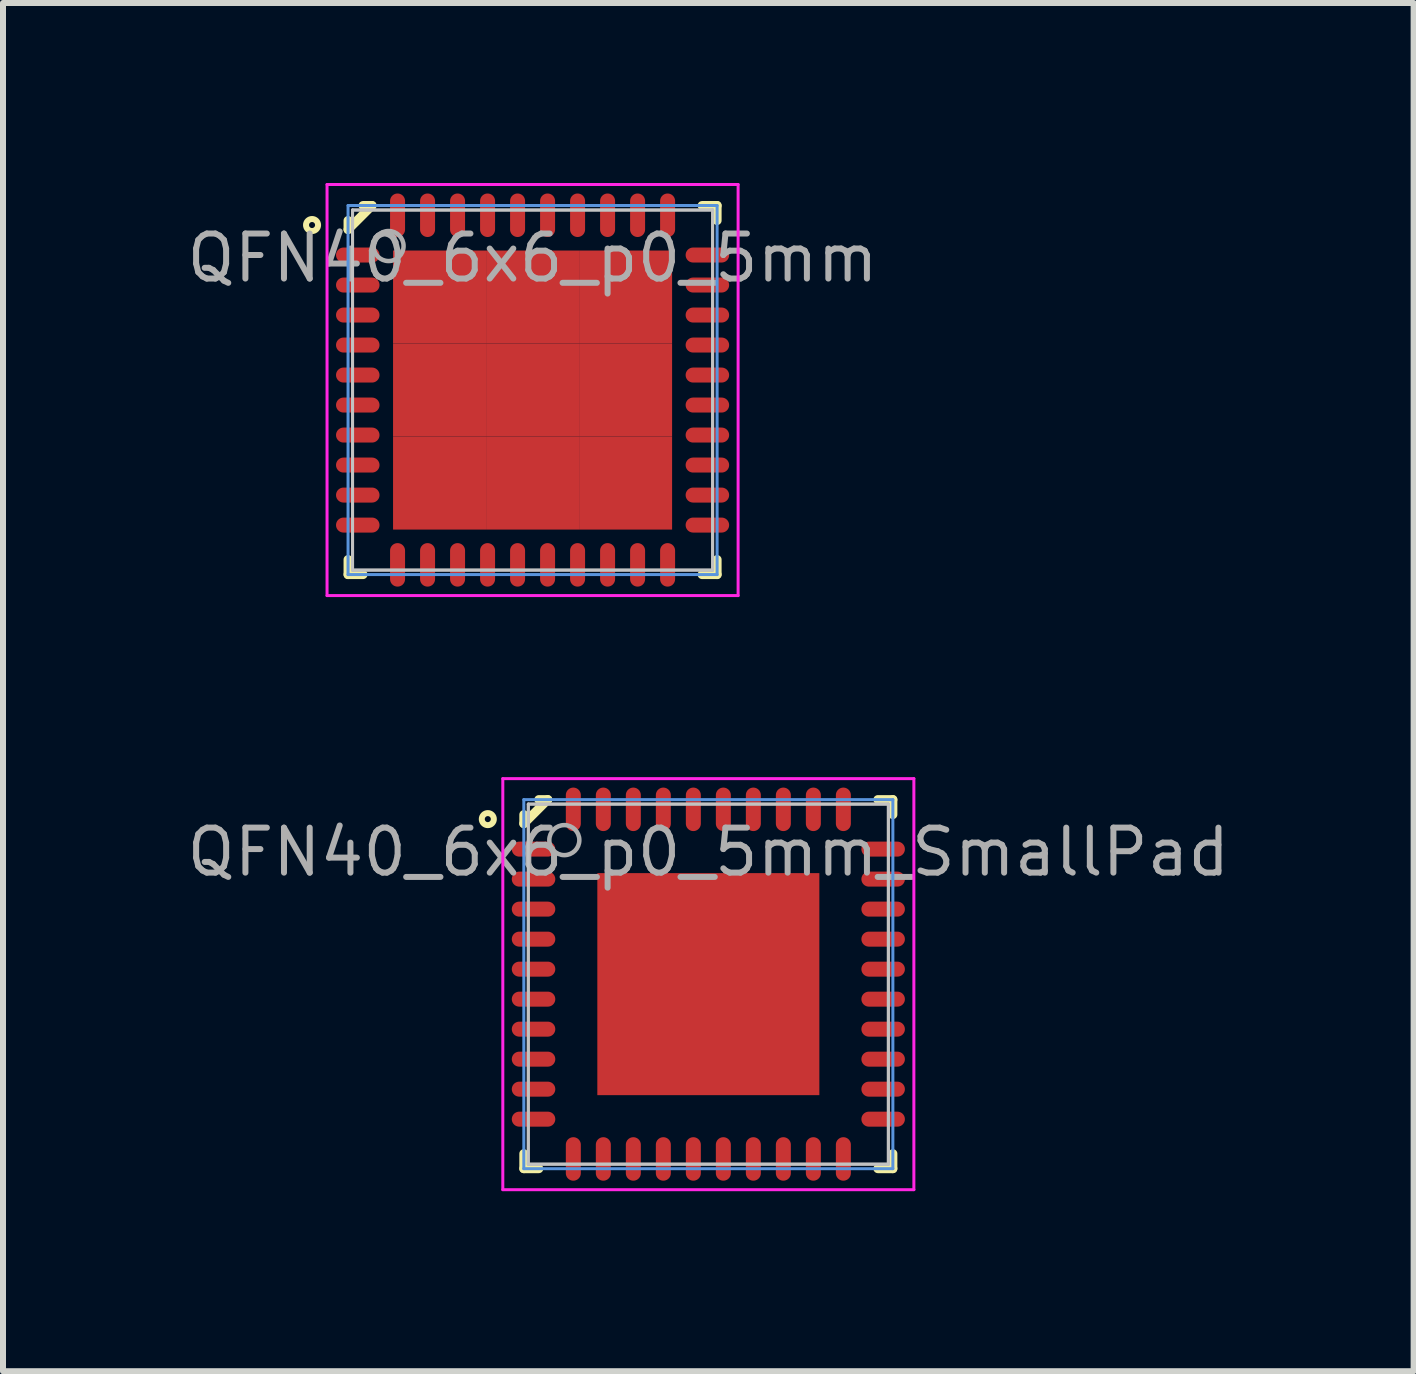
<source format=kicad_pcb>
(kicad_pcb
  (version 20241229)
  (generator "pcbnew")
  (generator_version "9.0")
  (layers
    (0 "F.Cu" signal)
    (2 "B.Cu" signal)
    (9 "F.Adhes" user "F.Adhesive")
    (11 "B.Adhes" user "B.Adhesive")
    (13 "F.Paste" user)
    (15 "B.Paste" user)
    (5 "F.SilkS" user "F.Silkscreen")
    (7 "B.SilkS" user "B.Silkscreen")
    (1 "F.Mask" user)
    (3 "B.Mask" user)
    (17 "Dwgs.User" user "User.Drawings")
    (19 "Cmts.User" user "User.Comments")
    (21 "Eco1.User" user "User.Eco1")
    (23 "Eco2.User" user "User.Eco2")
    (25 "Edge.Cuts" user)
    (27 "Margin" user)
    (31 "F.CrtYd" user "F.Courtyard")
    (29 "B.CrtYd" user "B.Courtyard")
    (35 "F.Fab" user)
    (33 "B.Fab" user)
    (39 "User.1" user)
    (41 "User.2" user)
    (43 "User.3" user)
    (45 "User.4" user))
  (footprint "QFN40_6x6_p0_5mm"
    (layer "F.Cu")
    (at 5.825 3.45)
    (property "Reference" "QFN40_6x6_p0_5mm" (at 0 -2.2 0) (layer "F.Fab") (effects (font (size 0.75 0.75) (thickness 0.1))))
    (attr through_hole)
    (fp_line (start -3.075 -2.675) (end -3.075 -2.825) (stroke (width 0.15) (type solid)) (layer "F.SilkS"))
    (fp_line (start -3.075 -2.675) (end -2.675 -3.075) (stroke (width 0.15) (type solid)) (layer "F.SilkS"))
    (fp_line (start -3.075 3.075) (end -3.075 2.825) (stroke (width 0.15) (type solid)) (layer "F.SilkS"))
    (fp_line (start -3.075 3.075) (end -2.825 3.075) (stroke (width 0.15) (type solid)) (layer "F.SilkS"))
    (fp_line (start -2.825 -3.075) (end -2.675 -3.075) (stroke (width 0.15) (type solid)) (layer "F.SilkS"))
    (fp_line (start 3.075 -3.075) (end 2.825 -3.075) (stroke (width 0.15) (type solid)) (layer "F.SilkS"))
    (fp_line (start 3.075 -3.075) (end 3.075 -2.825) (stroke (width 0.15) (type solid)) (layer "F.SilkS"))
    (fp_line (start 3.075 3.075) (end 2.825 3.075) (stroke (width 0.15) (type solid)) (layer "F.SilkS"))
    (fp_line (start 3.075 3.075) (end 3.075 2.825) (stroke (width 0.15) (type solid)) (layer "F.SilkS"))
    (fp_circle (center -3.675 -2.75) (end -3.604 -2.679) (stroke (width 0.1) (type solid)) (fill no) (layer "F.SilkS"))
    (fp_line (start -3 -3) (end -3 3) (stroke (width 0.05) (type solid)) (layer "Dwgs.User"))
    (fp_line (start -3 -3) (end 3 -3) (stroke (width 0.05) (type solid)) (layer "Dwgs.User"))
    (fp_line (start -3 3) (end 3 3) (stroke (width 0.05) (type solid)) (layer "Dwgs.User"))
    (fp_line (start 3 -3) (end 3 3) (stroke (width 0.05) (type solid)) (layer "Dwgs.User"))
    (fp_line (start -3.075 -3.075) (end -3.075 3.075) (stroke (width 0.05) (type solid)) (layer "Cmts.User"))
    (fp_line (start -3.075 -3.075) (end 3.075 -3.075) (stroke (width 0.05) (type solid)) (layer "Cmts.User"))
    (fp_line (start -3.075 3.075) (end 3.075 3.075) (stroke (width 0.05) (type solid)) (layer "Cmts.User"))
    (fp_line (start 3.075 -3.075) (end 3.075 3.075) (stroke (width 0.05) (type solid)) (layer "Cmts.User"))
    (fp_line (start -2.925 -2.925) (end -2.925 2.925) (stroke (width 0.05) (type solid)) (layer "Eco1.User"))
    (fp_line (start -2.925 -2.925) (end 2.925 -2.925) (stroke (width 0.05) (type solid)) (layer "Eco1.User"))
    (fp_line (start -2.925 2.925) (end 2.925 2.925) (stroke (width 0.05) (type solid)) (layer "Eco1.User"))
    (fp_line (start 2.925 -2.925) (end 2.925 2.925) (stroke (width 0.05) (type solid)) (layer "Eco1.User"))
    (fp_line (start -3.425 -3.425) (end -3.425 3.425) (stroke (width 0.05) (type solid)) (layer "F.CrtYd"))
    (fp_line (start -3.425 -3.425) (end 3.425 -3.425) (stroke (width 0.05) (type solid)) (layer "F.CrtYd"))
    (fp_line (start -3.425 3.425) (end 3.425 3.425) (stroke (width 0.05) (type solid)) (layer "F.CrtYd"))
    (fp_line (start 3.425 -3.425) (end 3.425 3.425) (stroke (width 0.05) (type solid)) (layer "F.CrtYd"))
    (fp_line (start -3 -3) (end -3 3) (stroke (width 0.05) (type solid)) (layer "F.Fab"))
    (fp_line (start -3 -3) (end 3 -3) (stroke (width 0.05) (type solid)) (layer "F.Fab"))
    (fp_line (start -3 3) (end 3 3) (stroke (width 0.05) (type solid)) (layer "F.Fab"))
    (fp_line (start 3 -3) (end 3 3) (stroke (width 0.05) (type solid)) (layer "F.Fab"))
    (fp_circle (center -2.4 -2.4) (end -2.223 -2.223) (stroke (width 0.075) (type solid)) (fill no) (layer "F.Fab"))
    (pad "1" smd oval (at -2.913 -2.25 180) (size 0.725 0.25) (layers "F.Cu" "F.Mask" "F.Paste"))
    (pad "2" smd oval (at -2.913 -1.75 180) (size 0.725 0.25) (layers "F.Cu" "F.Mask" "F.Paste"))
    (pad "3" smd oval (at -2.913 -1.25 180) (size 0.725 0.25) (layers "F.Cu" "F.Mask" "F.Paste"))
    (pad "4" smd oval (at -2.913 -0.75 180) (size 0.725 0.25) (layers "F.Cu" "F.Mask" "F.Paste"))
    (pad "5" smd oval (at -2.913 -0.25 180) (size 0.725 0.25) (layers "F.Cu" "F.Mask" "F.Paste"))
    (pad "6" smd oval (at -2.913 0.25 180) (size 0.725 0.25) (layers "F.Cu" "F.Mask" "F.Paste"))
    (pad "7" smd oval (at -2.913 0.75 180) (size 0.725 0.25) (layers "F.Cu" "F.Mask" "F.Paste"))
    (pad "8" smd oval (at -2.913 1.25 180) (size 0.725 0.25) (layers "F.Cu" "F.Mask" "F.Paste"))
    (pad "9" smd oval (at -2.913 1.75 180) (size 0.725 0.25) (layers "F.Cu" "F.Mask" "F.Paste"))
    (pad "10" smd oval (at -2.913 2.25 180) (size 0.725 0.25) (layers "F.Cu" "F.Mask" "F.Paste"))
    (pad "11" smd oval (at -2.25 2.913 270) (size 0.725 0.25) (layers "F.Cu" "F.Mask" "F.Paste"))
    (pad "12" smd oval (at -1.75 2.913 270) (size 0.725 0.25) (layers "F.Cu" "F.Mask" "F.Paste"))
    (pad "13" smd oval (at -1.25 2.913 270) (size 0.725 0.25) (layers "F.Cu" "F.Mask" "F.Paste"))
    (pad "14" smd oval (at -0.75 2.913 270) (size 0.725 0.25) (layers "F.Cu" "F.Mask" "F.Paste"))
    (pad "15" smd oval (at -0.25 2.913 270) (size 0.725 0.25) (layers "F.Cu" "F.Mask" "F.Paste"))
    (pad "16" smd oval (at 0.25 2.913 270) (size 0.725 0.25) (layers "F.Cu" "F.Mask" "F.Paste"))
    (pad "17" smd oval (at 0.75 2.913 270) (size 0.725 0.25) (layers "F.Cu" "F.Mask" "F.Paste"))
    (pad "18" smd oval (at 1.25 2.913 270) (size 0.725 0.25) (layers "F.Cu" "F.Mask" "F.Paste"))
    (pad "19" smd oval (at 1.75 2.913 270) (size 0.725 0.25) (layers "F.Cu" "F.Mask" "F.Paste"))
    (pad "20" smd oval (at 2.25 2.913 270) (size 0.725 0.25) (layers "F.Cu" "F.Mask" "F.Paste"))
    (pad "21" smd oval (at 2.913 2.25) (size 0.725 0.25) (layers "F.Cu" "F.Mask" "F.Paste"))
    (pad "22" smd oval (at 2.913 1.75) (size 0.725 0.25) (layers "F.Cu" "F.Mask" "F.Paste"))
    (pad "23" smd oval (at 2.913 1.25) (size 0.725 0.25) (layers "F.Cu" "F.Mask" "F.Paste"))
    (pad "24" smd oval (at 2.913 0.75) (size 0.725 0.25) (layers "F.Cu" "F.Mask" "F.Paste"))
    (pad "25" smd oval (at 2.913 0.25) (size 0.725 0.25) (layers "F.Cu" "F.Mask" "F.Paste"))
    (pad "26" smd oval (at 2.913 -0.25) (size 0.725 0.25) (layers "F.Cu" "F.Mask" "F.Paste"))
    (pad "27" smd oval (at 2.913 -0.75) (size 0.725 0.25) (layers "F.Cu" "F.Mask" "F.Paste"))
    (pad "28" smd oval (at 2.913 -1.25) (size 0.725 0.25) (layers "F.Cu" "F.Mask" "F.Paste"))
    (pad "29" smd oval (at 2.913 -1.75) (size 0.725 0.25) (layers "F.Cu" "F.Mask" "F.Paste"))
    (pad "30" smd oval (at 2.913 -2.25) (size 0.725 0.25) (layers "F.Cu" "F.Mask" "F.Paste"))
    (pad "31" smd oval (at 2.25 -2.913 90) (size 0.725 0.25) (layers "F.Cu" "F.Mask" "F.Paste"))
    (pad "32" smd oval (at 1.75 -2.913 90) (size 0.725 0.25) (layers "F.Cu" "F.Mask" "F.Paste"))
    (pad "33" smd oval (at 1.25 -2.913 90) (size 0.725 0.25) (layers "F.Cu" "F.Mask" "F.Paste"))
    (pad "34" smd oval (at 0.75 -2.913 90) (size 0.725 0.25) (layers "F.Cu" "F.Mask" "F.Paste"))
    (pad "35" smd oval (at 0.25 -2.913 90) (size 0.725 0.25) (layers "F.Cu" "F.Mask" "F.Paste"))
    (pad "36" smd oval (at -0.25 -2.913 90) (size 0.725 0.25) (layers "F.Cu" "F.Mask" "F.Paste"))
    (pad "37" smd oval (at -0.75 -2.913 90) (size 0.725 0.25) (layers "F.Cu" "F.Mask" "F.Paste"))
    (pad "38" smd oval (at -1.25 -2.913 90) (size 0.725 0.25) (layers "F.Cu" "F.Mask" "F.Paste"))
    (pad "39" smd oval (at -1.75 -2.913 90) (size 0.725 0.25) (layers "F.Cu" "F.Mask" "F.Paste"))
    (pad "40" smd oval (at -2.25 -2.913 90) (size 0.725 0.25) (layers "F.Cu" "F.Mask" "F.Paste"))
    (pad "41" smd rect (at -1.55 -1.55) (size 1.55 1.55) (layers "F.Cu" "F.Mask" "F.Paste"))
    (pad "41" smd rect (at -1.55 0) (size 1.55 1.55) (layers "F.Cu" "F.Mask" "F.Paste"))
    (pad "41" smd rect (at -1.55 1.55) (size 1.55 1.55) (layers "F.Cu" "F.Mask" "F.Paste"))
    (pad "41" smd rect (at 0 -1.55) (size 1.55 1.55) (layers "F.Cu" "F.Mask" "F.Paste"))
    (pad "41" smd rect (at 0 0) (size 1.55 1.55) (layers "F.Cu" "F.Mask" "F.Paste"))
    (pad "41" smd rect (at 0 1.55) (size 1.55 1.55) (layers "F.Cu" "F.Mask" "F.Paste"))
    (pad "41" smd rect (at 1.55 -1.55) (size 1.55 1.55) (layers "F.Cu" "F.Mask" "F.Paste"))
    (pad "41" smd rect (at 1.55 0) (size 1.55 1.55) (layers "F.Cu" "F.Mask" "F.Paste"))
    (pad "41" smd rect (at 1.55 1.55) (size 1.55 1.55) (layers "F.Cu" "F.Mask" "F.Paste")))
  (footprint "QFN40_6x6_p0_5mm_SmallPad"
    (layer "F.Cu")
    (at 8.754 13.35)
    (property "Reference" "QFN40_6x6_p0_5mm_SmallPad" (at 0 -2.2 0) (layer "F.Fab") (effects (font (size 0.75 0.75) (thickness 0.1))))
    (attr through_hole)
    (fp_line (start -3.075 -2.675) (end -3.075 -2.825) (stroke (width 0.15) (type solid)) (layer "F.SilkS"))
    (fp_line (start -3.075 -2.675) (end -2.675 -3.075) (stroke (width 0.15) (type solid)) (layer "F.SilkS"))
    (fp_line (start -3.075 3.075) (end -3.075 2.825) (stroke (width 0.15) (type solid)) (layer "F.SilkS"))
    (fp_line (start -3.075 3.075) (end -2.825 3.075) (stroke (width 0.15) (type solid)) (layer "F.SilkS"))
    (fp_line (start -2.825 -3.075) (end -2.675 -3.075) (stroke (width 0.15) (type solid)) (layer "F.SilkS"))
    (fp_line (start 3.075 -3.075) (end 2.825 -3.075) (stroke (width 0.15) (type solid)) (layer "F.SilkS"))
    (fp_line (start 3.075 -3.075) (end 3.075 -2.825) (stroke (width 0.15) (type solid)) (layer "F.SilkS"))
    (fp_line (start 3.075 3.075) (end 2.825 3.075) (stroke (width 0.15) (type solid)) (layer "F.SilkS"))
    (fp_line (start 3.075 3.075) (end 3.075 2.825) (stroke (width 0.15) (type solid)) (layer "F.SilkS"))
    (fp_circle (center -3.675 -2.75) (end -3.604 -2.679) (stroke (width 0.1) (type solid)) (fill no) (layer "F.SilkS"))
    (fp_line (start -3 -3) (end -3 3) (stroke (width 0.05) (type solid)) (layer "Dwgs.User"))
    (fp_line (start -3 -3) (end 3 -3) (stroke (width 0.05) (type solid)) (layer "Dwgs.User"))
    (fp_line (start -3 3) (end 3 3) (stroke (width 0.05) (type solid)) (layer "Dwgs.User"))
    (fp_line (start 3 -3) (end 3 3) (stroke (width 0.05) (type solid)) (layer "Dwgs.User"))
    (fp_line (start -3.075 -3.075) (end -3.075 3.075) (stroke (width 0.05) (type solid)) (layer "Cmts.User"))
    (fp_line (start -3.075 -3.075) (end 3.075 -3.075) (stroke (width 0.05) (type solid)) (layer "Cmts.User"))
    (fp_line (start -3.075 3.075) (end 3.075 3.075) (stroke (width 0.05) (type solid)) (layer "Cmts.User"))
    (fp_line (start 3.075 -3.075) (end 3.075 3.075) (stroke (width 0.05) (type solid)) (layer "Cmts.User"))
    (fp_line (start -2.925 -2.925) (end -2.925 2.925) (stroke (width 0.05) (type solid)) (layer "Eco1.User"))
    (fp_line (start -2.925 -2.925) (end 2.925 -2.925) (stroke (width 0.05) (type solid)) (layer "Eco1.User"))
    (fp_line (start -2.925 2.925) (end 2.925 2.925) (stroke (width 0.05) (type solid)) (layer "Eco1.User"))
    (fp_line (start 2.925 -2.925) (end 2.925 2.925) (stroke (width 0.05) (type solid)) (layer "Eco1.User"))
    (fp_line (start -3.425 -3.425) (end -3.425 3.425) (stroke (width 0.05) (type solid)) (layer "F.CrtYd"))
    (fp_line (start -3.425 -3.425) (end 3.425 -3.425) (stroke (width 0.05) (type solid)) (layer "F.CrtYd"))
    (fp_line (start -3.425 3.425) (end 3.425 3.425) (stroke (width 0.05) (type solid)) (layer "F.CrtYd"))
    (fp_line (start 3.425 -3.425) (end 3.425 3.425) (stroke (width 0.05) (type solid)) (layer "F.CrtYd"))
    (fp_line (start -3 -3) (end -3 3) (stroke (width 0.05) (type solid)) (layer "F.Fab"))
    (fp_line (start -3 -3) (end 3 -3) (stroke (width 0.05) (type solid)) (layer "F.Fab"))
    (fp_line (start -3 3) (end 3 3) (stroke (width 0.05) (type solid)) (layer "F.Fab"))
    (fp_line (start 3 -3) (end 3 3) (stroke (width 0.05) (type solid)) (layer "F.Fab"))
    (fp_circle (center -2.4 -2.4) (end -2.223 -2.223) (stroke (width 0.075) (type solid)) (fill no) (layer "F.Fab"))
    (pad "1" smd oval (at -2.913 -2.25 180) (size 0.725 0.25) (layers "F.Cu" "F.Mask" "F.Paste"))
    (pad "2" smd oval (at -2.913 -1.75 180) (size 0.725 0.25) (layers "F.Cu" "F.Mask" "F.Paste"))
    (pad "3" smd oval (at -2.913 -1.25 180) (size 0.725 0.25) (layers "F.Cu" "F.Mask" "F.Paste"))
    (pad "4" smd oval (at -2.913 -0.75 180) (size 0.725 0.25) (layers "F.Cu" "F.Mask" "F.Paste"))
    (pad "5" smd oval (at -2.913 -0.25 180) (size 0.725 0.25) (layers "F.Cu" "F.Mask" "F.Paste"))
    (pad "6" smd oval (at -2.913 0.25 180) (size 0.725 0.25) (layers "F.Cu" "F.Mask" "F.Paste"))
    (pad "7" smd oval (at -2.913 0.75 180) (size 0.725 0.25) (layers "F.Cu" "F.Mask" "F.Paste"))
    (pad "8" smd oval (at -2.913 1.25 180) (size 0.725 0.25) (layers "F.Cu" "F.Mask" "F.Paste"))
    (pad "9" smd oval (at -2.913 1.75 180) (size 0.725 0.25) (layers "F.Cu" "F.Mask" "F.Paste"))
    (pad "10" smd oval (at -2.913 2.25 180) (size 0.725 0.25) (layers "F.Cu" "F.Mask" "F.Paste"))
    (pad "11" smd oval (at -2.25 2.913 270) (size 0.725 0.25) (layers "F.Cu" "F.Mask" "F.Paste"))
    (pad "12" smd oval (at -1.75 2.913 270) (size 0.725 0.25) (layers "F.Cu" "F.Mask" "F.Paste"))
    (pad "13" smd oval (at -1.25 2.913 270) (size 0.725 0.25) (layers "F.Cu" "F.Mask" "F.Paste"))
    (pad "14" smd oval (at -0.75 2.913 270) (size 0.725 0.25) (layers "F.Cu" "F.Mask" "F.Paste"))
    (pad "15" smd oval (at -0.25 2.913 270) (size 0.725 0.25) (layers "F.Cu" "F.Mask" "F.Paste"))
    (pad "16" smd oval (at 0.25 2.913 270) (size 0.725 0.25) (layers "F.Cu" "F.Mask" "F.Paste"))
    (pad "17" smd oval (at 0.75 2.913 270) (size 0.725 0.25) (layers "F.Cu" "F.Mask" "F.Paste"))
    (pad "18" smd oval (at 1.25 2.913 270) (size 0.725 0.25) (layers "F.Cu" "F.Mask" "F.Paste"))
    (pad "19" smd oval (at 1.75 2.913 270) (size 0.725 0.25) (layers "F.Cu" "F.Mask" "F.Paste"))
    (pad "20" smd oval (at 2.25 2.913 270) (size 0.725 0.25) (layers "F.Cu" "F.Mask" "F.Paste"))
    (pad "21" smd oval (at 2.913 2.25) (size 0.725 0.25) (layers "F.Cu" "F.Mask" "F.Paste"))
    (pad "22" smd oval (at 2.913 1.75) (size 0.725 0.25) (layers "F.Cu" "F.Mask" "F.Paste"))
    (pad "23" smd oval (at 2.913 1.25) (size 0.725 0.25) (layers "F.Cu" "F.Mask" "F.Paste"))
    (pad "24" smd oval (at 2.913 0.75) (size 0.725 0.25) (layers "F.Cu" "F.Mask" "F.Paste"))
    (pad "25" smd oval (at 2.913 0.25) (size 0.725 0.25) (layers "F.Cu" "F.Mask" "F.Paste"))
    (pad "26" smd oval (at 2.913 -0.25) (size 0.725 0.25) (layers "F.Cu" "F.Mask" "F.Paste"))
    (pad "27" smd oval (at 2.913 -0.75) (size 0.725 0.25) (layers "F.Cu" "F.Mask" "F.Paste"))
    (pad "28" smd oval (at 2.913 -1.25) (size 0.725 0.25) (layers "F.Cu" "F.Mask" "F.Paste"))
    (pad "29" smd oval (at 2.913 -1.75) (size 0.725 0.25) (layers "F.Cu" "F.Mask" "F.Paste"))
    (pad "30" smd oval (at 2.913 -2.25) (size 0.725 0.25) (layers "F.Cu" "F.Mask" "F.Paste"))
    (pad "31" smd oval (at 2.25 -2.913 90) (size 0.725 0.25) (layers "F.Cu" "F.Mask" "F.Paste"))
    (pad "32" smd oval (at 1.75 -2.913 90) (size 0.725 0.25) (layers "F.Cu" "F.Mask" "F.Paste"))
    (pad "33" smd oval (at 1.25 -2.913 90) (size 0.725 0.25) (layers "F.Cu" "F.Mask" "F.Paste"))
    (pad "34" smd oval (at 0.75 -2.913 90) (size 0.725 0.25) (layers "F.Cu" "F.Mask" "F.Paste"))
    (pad "35" smd oval (at 0.25 -2.913 90) (size 0.725 0.25) (layers "F.Cu" "F.Mask" "F.Paste"))
    (pad "36" smd oval (at -0.25 -2.913 90) (size 0.725 0.25) (layers "F.Cu" "F.Mask" "F.Paste"))
    (pad "37" smd oval (at -0.75 -2.913 90) (size 0.725 0.25) (layers "F.Cu" "F.Mask" "F.Paste"))
    (pad "38" smd oval (at -1.25 -2.913 90) (size 0.725 0.25) (layers "F.Cu" "F.Mask" "F.Paste"))
    (pad "39" smd oval (at -1.75 -2.913 90) (size 0.725 0.25) (layers "F.Cu" "F.Mask" "F.Paste"))
    (pad "40" smd oval (at -2.25 -2.913 90) (size 0.725 0.25) (layers "F.Cu" "F.Mask" "F.Paste"))
    (pad "41" smd rect (at 0 0) (size 3.7 3.7) (layers "F.Cu" "F.Mask" "F.Paste")))
  (gr_rect
    (start -3 -3)
    (end 20.507 19.8)
    (stroke (width 0.1) (type default))
    (fill no)
    (layer "Edge.Cuts")))
</source>
